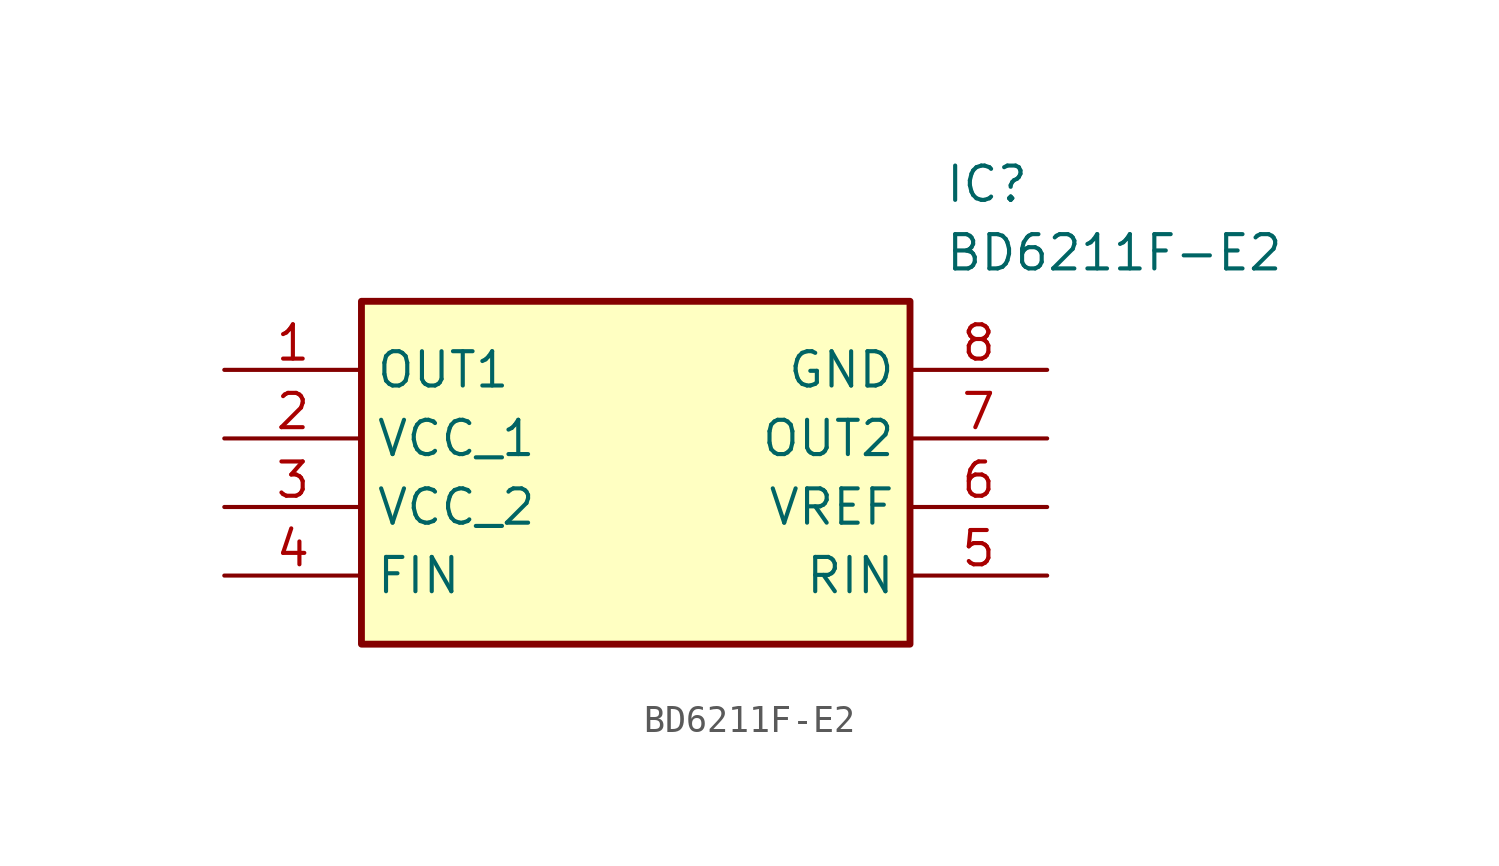
<source format=kicad_sym>
(kicad_symbol_lib
  (version 20211014)
  (generator SamacSys_ECAD_Model)
  (symbol "BD6211F-E2"
    (property "Reference" "IC"
      (at 26.67 7.62 0)
      (effects (font (size 1.27 1.27)) (justify left top)))
    (property "Value" "BD6211F-E2"
      (at 26.67 5.08 0)
      (effects (font (size 1.27 1.27)) (justify left top)))
    (rectangle
      (start 5.08 2.54)
      (end 25.4 -10.16)
      (stroke (width 0.254) (type default))
      (fill (type background)))
    (pin passive line
      (at 0 0 0)
      (length 5.08)
      (name "OUT1" (effects (font (size 1.27 1.27))))
      (number "1" (effects (font (size 1.27 1.27)))))
    (pin passive line
      (at 0 -2.54 0)
      (length 5.08)
      (name "VCC_1" (effects (font (size 1.27 1.27))))
      (number "2" (effects (font (size 1.27 1.27)))))
    (pin passive line
      (at 0 -5.08 0)
      (length 5.08)
      (name "VCC_2" (effects (font (size 1.27 1.27))))
      (number "3" (effects (font (size 1.27 1.27)))))
    (pin passive line
      (at 0 -7.62 0)
      (length 5.08)
      (name "FIN" (effects (font (size 1.27 1.27))))
      (number "4" (effects (font (size 1.27 1.27)))))
    (pin passive line
      (at 30.48 0 180)
      (length 5.08)
      (name "GND" (effects (font (size 1.27 1.27))))
      (number "8" (effects (font (size 1.27 1.27)))))
    (pin passive line
      (at 30.48 -2.54 180)
      (length 5.08)
      (name "OUT2" (effects (font (size 1.27 1.27))))
      (number "7" (effects (font (size 1.27 1.27)))))
    (pin passive line
      (at 30.48 -5.08 180)
      (length 5.08)
      (name "VREF" (effects (font (size 1.27 1.27))))
      (number "6" (effects (font (size 1.27 1.27)))))
    (pin passive line
      (at 30.48 -7.62 180)
      (length 5.08)
      (name "RIN" (effects (font (size 1.27 1.27))))
      (number "5" (effects (font (size 1.27 1.27)))))))
</source>
